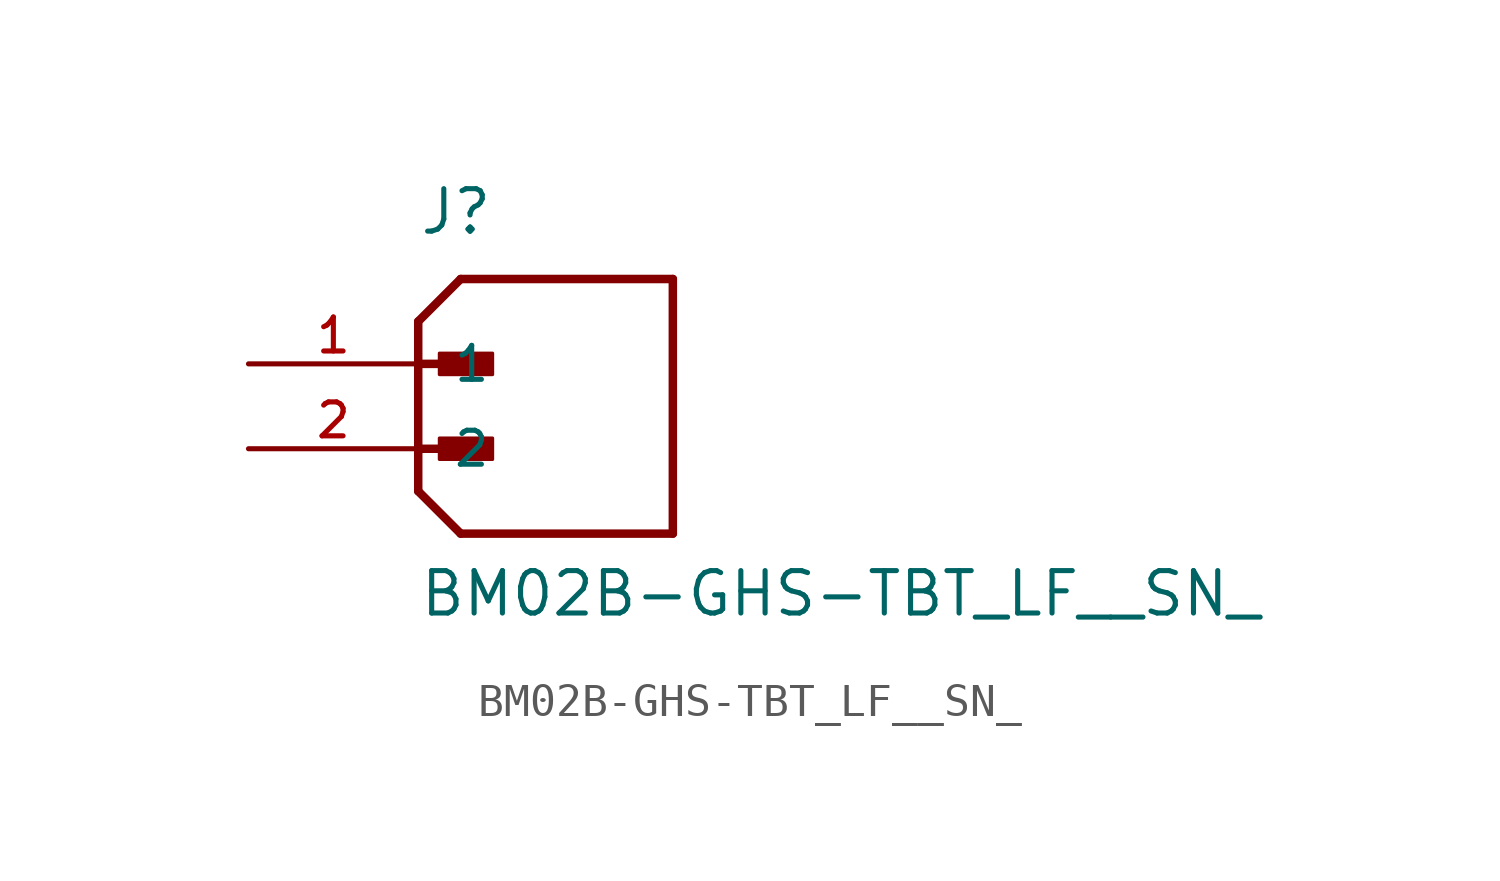
<source format=kicad_sym>
(kicad_symbol_lib
  (version 20211014)
  (generator kicad_symbol_editor)
  (symbol "BM02B-GHS-TBT_LF__SN_"
    (pin_names
      (offset 1.016))
    (property "Reference" "J"
      (at 0.0 3.81 0)
      (effects (font (size 1.27 1.27)) (justify bottom left)))
    (property "Value" "BM02B-GHS-TBT_LF__SN_"
      (at 0.0 -7.62 0)
      (effects (font (size 1.27 1.27)) (justify bottom left)))
    (symbol "BM02B-GHS-TBT_LF__SN__0_0"
      (polyline (pts (xy 0.0 1.27) (xy 1.27 2.54)) (stroke (width 0.254)))
      (polyline (pts (xy 0.0 1.27) (xy 0.0 0.0)) (stroke (width 0.254)))
      (polyline (pts (xy 0.0 0.0) (xy 0.0 -3.81)) (stroke (width 0.254)))
      (polyline (pts (xy 0.0 -3.81) (xy 1.27 -5.08)) (stroke (width 0.254)))
      (polyline (pts (xy 1.27 -5.08) (xy 7.62 -5.08)) (stroke (width 0.254)))
      (polyline (pts (xy 7.62 -5.08) (xy 7.62 2.54)) (stroke (width 0.254)))
      (polyline (pts (xy 7.62 2.54) (xy 1.27 2.54)) (stroke (width 0.254)))
      (polyline (pts (xy 0.0 0.0) (xy 1.905 0.0)) (stroke (width 0.254)))
      (rectangle (start 0.635 -0.318) (end 2.223 0.318) (stroke (width 0.1)) (fill (type outline)))
      (polyline (pts (xy 0.0 -2.54) (xy 1.905 -2.54)) (stroke (width 0.254)))
      (rectangle (start 0.635 -2.857) (end 2.223 -2.223) (stroke (width 0.1)) (fill (type outline)))
      (pin passive line (at -5.08 0.0 0) (length 5.08) (name "1" (effects (font (size 1.016 1.016)))) (number "1" (effects (font (size 1.016 1.016)))))
      (pin passive line (at -5.08 -2.54 0) (length 5.08) (name "2" (effects (font (size 1.016 1.016)))) (number "2" (effects (font (size 1.016 1.016))))))))
</source>
